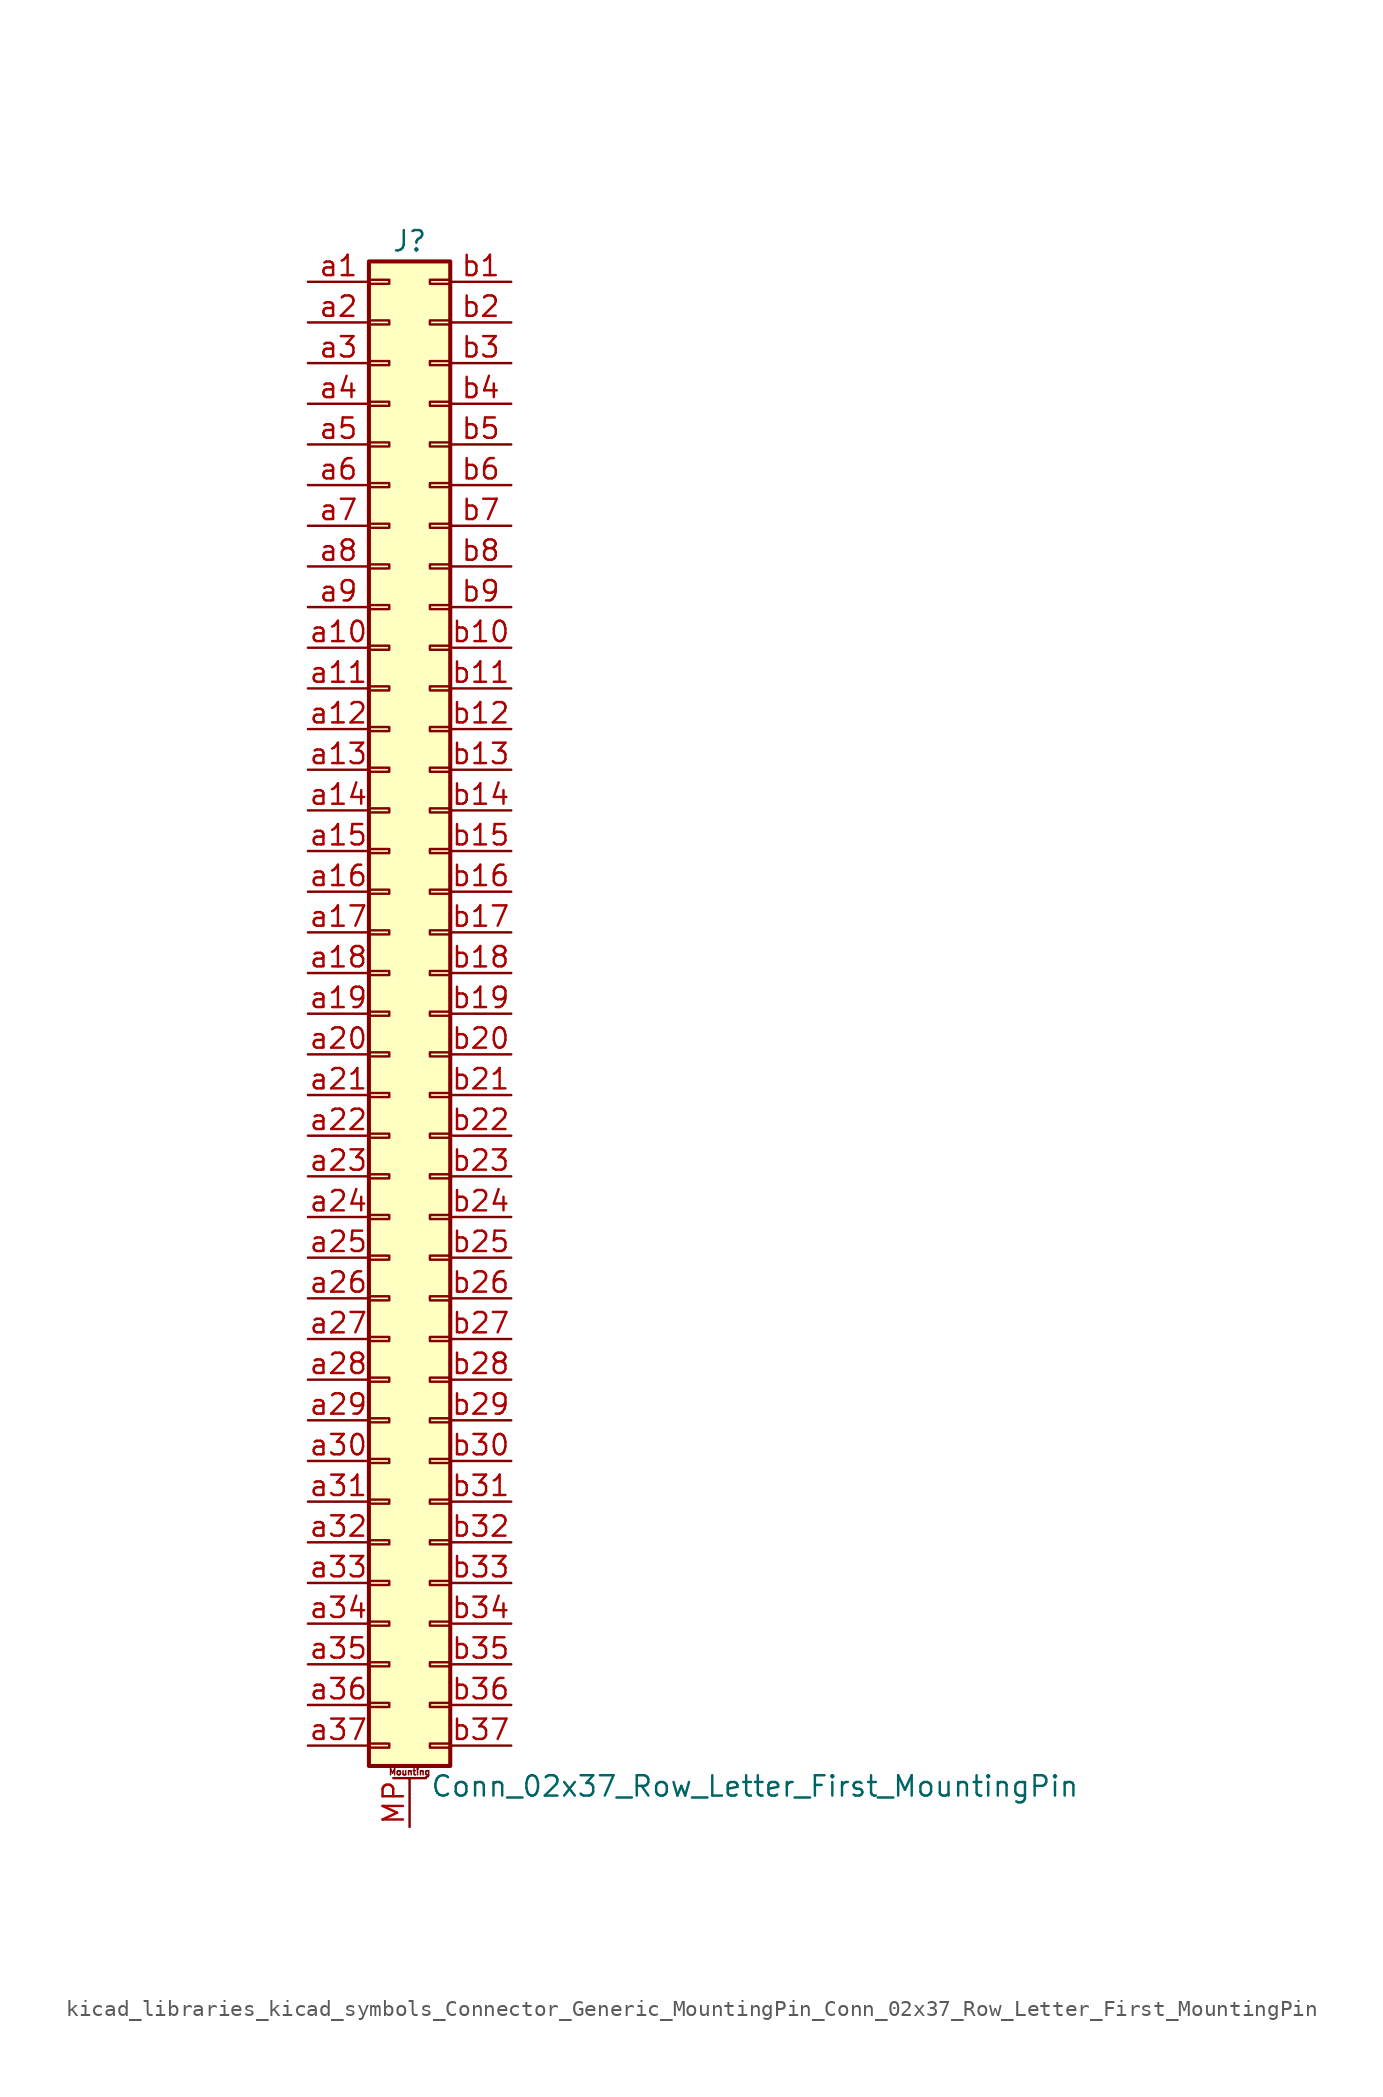
<source format=kicad_sym>
(kicad_symbol_lib
  (version 20220914)
  (generator kicad_symbol_editor)
  (symbol "kicad_libraries_kicad_symbols_Connector_Generic_MountingPin_Conn_02x37_Row_Letter_First_MountingPin"
    (pin_names
      (offset 1.016) hide)
    (property "Reference" "J"
      (at 1.27 48.26 0)
      (effects (font (size 1.27 1.27))))
    (property "Value" "Conn_02x37_Row_Letter_First_MountingPin"
      (at 2.54 -48.26 0)
      (effects (font (size 1.27 1.27)) (justify left)))
    (symbol "kicad_libraries_kicad_symbols_Connector_Generic_MountingPin_Conn_02x37_Row_Letter_First_MountingPin_1_1"
      (rectangle (start -1.27 -45.593) (end 0 -45.847) (stroke (width 0.152) (type default)) (fill (type none)))
      (rectangle (start -1.27 -43.053) (end 0 -43.307) (stroke (width 0.152) (type default)) (fill (type none)))
      (rectangle (start -1.27 -40.513) (end 0 -40.767) (stroke (width 0.152) (type default)) (fill (type none)))
      (rectangle (start -1.27 -37.973) (end 0 -38.227) (stroke (width 0.152) (type default)) (fill (type none)))
      (rectangle (start -1.27 -35.433) (end 0 -35.687) (stroke (width 0.152) (type default)) (fill (type none)))
      (rectangle (start -1.27 -32.893) (end 0 -33.147) (stroke (width 0.152) (type default)) (fill (type none)))
      (rectangle (start -1.27 -30.353) (end 0 -30.607) (stroke (width 0.152) (type default)) (fill (type none)))
      (rectangle (start -1.27 -27.813) (end 0 -28.067) (stroke (width 0.152) (type default)) (fill (type none)))
      (rectangle (start -1.27 -25.273) (end 0 -25.527) (stroke (width 0.152) (type default)) (fill (type none)))
      (rectangle (start -1.27 -22.733) (end 0 -22.987) (stroke (width 0.152) (type default)) (fill (type none)))
      (rectangle (start -1.27 -20.193) (end 0 -20.447) (stroke (width 0.152) (type default)) (fill (type none)))
      (rectangle (start -1.27 -17.653) (end 0 -17.907) (stroke (width 0.152) (type default)) (fill (type none)))
      (rectangle (start -1.27 -15.113) (end 0 -15.367) (stroke (width 0.152) (type default)) (fill (type none)))
      (rectangle (start -1.27 -12.573) (end 0 -12.827) (stroke (width 0.152) (type default)) (fill (type none)))
      (rectangle (start -1.27 -10.033) (end 0 -10.287) (stroke (width 0.152) (type default)) (fill (type none)))
      (rectangle (start -1.27 -7.493) (end 0 -7.747) (stroke (width 0.152) (type default)) (fill (type none)))
      (rectangle (start -1.27 -4.953) (end 0 -5.207) (stroke (width 0.152) (type default)) (fill (type none)))
      (rectangle (start -1.27 -2.413) (end 0 -2.667) (stroke (width 0.152) (type default)) (fill (type none)))
      (rectangle (start -1.27 0.127) (end 0 -0.127) (stroke (width 0.152) (type default)) (fill (type none)))
      (rectangle (start -1.27 2.667) (end 0 2.413) (stroke (width 0.152) (type default)) (fill (type none)))
      (rectangle (start -1.27 5.207) (end 0 4.953) (stroke (width 0.152) (type default)) (fill (type none)))
      (rectangle (start -1.27 7.747) (end 0 7.493) (stroke (width 0.152) (type default)) (fill (type none)))
      (rectangle (start -1.27 10.287) (end 0 10.033) (stroke (width 0.152) (type default)) (fill (type none)))
      (rectangle (start -1.27 12.827) (end 0 12.573) (stroke (width 0.152) (type default)) (fill (type none)))
      (rectangle (start -1.27 15.367) (end 0 15.113) (stroke (width 0.152) (type default)) (fill (type none)))
      (rectangle (start -1.27 17.907) (end 0 17.653) (stroke (width 0.152) (type default)) (fill (type none)))
      (rectangle (start -1.27 20.447) (end 0 20.193) (stroke (width 0.152) (type default)) (fill (type none)))
      (rectangle (start -1.27 22.987) (end 0 22.733) (stroke (width 0.152) (type default)) (fill (type none)))
      (rectangle (start -1.27 25.527) (end 0 25.273) (stroke (width 0.152) (type default)) (fill (type none)))
      (rectangle (start -1.27 28.067) (end 0 27.813) (stroke (width 0.152) (type default)) (fill (type none)))
      (rectangle (start -1.27 30.607) (end 0 30.353) (stroke (width 0.152) (type default)) (fill (type none)))
      (rectangle (start -1.27 33.147) (end 0 32.893) (stroke (width 0.152) (type default)) (fill (type none)))
      (rectangle (start -1.27 35.687) (end 0 35.433) (stroke (width 0.152) (type default)) (fill (type none)))
      (rectangle (start -1.27 38.227) (end 0 37.973) (stroke (width 0.152) (type default)) (fill (type none)))
      (rectangle (start -1.27 40.767) (end 0 40.513) (stroke (width 0.152) (type default)) (fill (type none)))
      (rectangle (start -1.27 43.307) (end 0 43.053) (stroke (width 0.152) (type default)) (fill (type none)))
      (rectangle (start -1.27 45.847) (end 0 45.593) (stroke (width 0.152) (type default)) (fill (type none)))
      (rectangle (start -1.27 46.99) (end 3.81 -46.99) (stroke (width 0.254) (type default)) (fill (type background)))
      (polyline (pts (xy 0.254 -47.752) (xy 2.286 -47.752)) (stroke (width 0.152) (type default)) (fill (type none)))
      (rectangle (start 3.81 -45.593) (end 2.54 -45.847) (stroke (width 0.152) (type default)) (fill (type none)))
      (rectangle (start 3.81 -43.053) (end 2.54 -43.307) (stroke (width 0.152) (type default)) (fill (type none)))
      (rectangle (start 3.81 -40.513) (end 2.54 -40.767) (stroke (width 0.152) (type default)) (fill (type none)))
      (rectangle (start 3.81 -37.973) (end 2.54 -38.227) (stroke (width 0.152) (type default)) (fill (type none)))
      (rectangle (start 3.81 -35.433) (end 2.54 -35.687) (stroke (width 0.152) (type default)) (fill (type none)))
      (rectangle (start 3.81 -32.893) (end 2.54 -33.147) (stroke (width 0.152) (type default)) (fill (type none)))
      (rectangle (start 3.81 -30.353) (end 2.54 -30.607) (stroke (width 0.152) (type default)) (fill (type none)))
      (rectangle (start 3.81 -27.813) (end 2.54 -28.067) (stroke (width 0.152) (type default)) (fill (type none)))
      (rectangle (start 3.81 -25.273) (end 2.54 -25.527) (stroke (width 0.152) (type default)) (fill (type none)))
      (rectangle (start 3.81 -22.733) (end 2.54 -22.987) (stroke (width 0.152) (type default)) (fill (type none)))
      (rectangle (start 3.81 -20.193) (end 2.54 -20.447) (stroke (width 0.152) (type default)) (fill (type none)))
      (rectangle (start 3.81 -17.653) (end 2.54 -17.907) (stroke (width 0.152) (type default)) (fill (type none)))
      (rectangle (start 3.81 -15.113) (end 2.54 -15.367) (stroke (width 0.152) (type default)) (fill (type none)))
      (rectangle (start 3.81 -12.573) (end 2.54 -12.827) (stroke (width 0.152) (type default)) (fill (type none)))
      (rectangle (start 3.81 -10.033) (end 2.54 -10.287) (stroke (width 0.152) (type default)) (fill (type none)))
      (rectangle (start 3.81 -7.493) (end 2.54 -7.747) (stroke (width 0.152) (type default)) (fill (type none)))
      (rectangle (start 3.81 -4.953) (end 2.54 -5.207) (stroke (width 0.152) (type default)) (fill (type none)))
      (rectangle (start 3.81 -2.413) (end 2.54 -2.667) (stroke (width 0.152) (type default)) (fill (type none)))
      (rectangle (start 3.81 0.127) (end 2.54 -0.127) (stroke (width 0.152) (type default)) (fill (type none)))
      (rectangle (start 3.81 2.667) (end 2.54 2.413) (stroke (width 0.152) (type default)) (fill (type none)))
      (rectangle (start 3.81 5.207) (end 2.54 4.953) (stroke (width 0.152) (type default)) (fill (type none)))
      (rectangle (start 3.81 7.747) (end 2.54 7.493) (stroke (width 0.152) (type default)) (fill (type none)))
      (rectangle (start 3.81 10.287) (end 2.54 10.033) (stroke (width 0.152) (type default)) (fill (type none)))
      (rectangle (start 3.81 12.827) (end 2.54 12.573) (stroke (width 0.152) (type default)) (fill (type none)))
      (rectangle (start 3.81 15.367) (end 2.54 15.113) (stroke (width 0.152) (type default)) (fill (type none)))
      (rectangle (start 3.81 17.907) (end 2.54 17.653) (stroke (width 0.152) (type default)) (fill (type none)))
      (rectangle (start 3.81 20.447) (end 2.54 20.193) (stroke (width 0.152) (type default)) (fill (type none)))
      (rectangle (start 3.81 22.987) (end 2.54 22.733) (stroke (width 0.152) (type default)) (fill (type none)))
      (rectangle (start 3.81 25.527) (end 2.54 25.273) (stroke (width 0.152) (type default)) (fill (type none)))
      (rectangle (start 3.81 28.067) (end 2.54 27.813) (stroke (width 0.152) (type default)) (fill (type none)))
      (rectangle (start 3.81 30.607) (end 2.54 30.353) (stroke (width 0.152) (type default)) (fill (type none)))
      (rectangle (start 3.81 33.147) (end 2.54 32.893) (stroke (width 0.152) (type default)) (fill (type none)))
      (rectangle (start 3.81 35.687) (end 2.54 35.433) (stroke (width 0.152) (type default)) (fill (type none)))
      (rectangle (start 3.81 38.227) (end 2.54 37.973) (stroke (width 0.152) (type default)) (fill (type none)))
      (rectangle (start 3.81 40.767) (end 2.54 40.513) (stroke (width 0.152) (type default)) (fill (type none)))
      (rectangle (start 3.81 43.307) (end 2.54 43.053) (stroke (width 0.152) (type default)) (fill (type none)))
      (rectangle (start 3.81 45.847) (end 2.54 45.593) (stroke (width 0.152) (type default)) (fill (type none)))
      (text "Mounting" (at 1.27 -47.371 0) (effects (font (size 0.381 0.381))))
      (pin passive line (at 1.27 -50.8 90) (length 3.048) (name "MountPin" (effects (font (size 1.27 1.27)))) (number "MP" (effects (font (size 1.27 1.27)))))
      (pin passive line (at -5.08 45.72 0) (length 3.81) (name "Pin_a1" (effects (font (size 1.27 1.27)))) (number "a1" (effects (font (size 1.27 1.27)))))
      (pin passive line (at -5.08 22.86 0) (length 3.81) (name "Pin_a10" (effects (font (size 1.27 1.27)))) (number "a10" (effects (font (size 1.27 1.27)))))
      (pin passive line (at -5.08 20.32 0) (length 3.81) (name "Pin_a11" (effects (font (size 1.27 1.27)))) (number "a11" (effects (font (size 1.27 1.27)))))
      (pin passive line (at -5.08 17.78 0) (length 3.81) (name "Pin_a12" (effects (font (size 1.27 1.27)))) (number "a12" (effects (font (size 1.27 1.27)))))
      (pin passive line (at -5.08 15.24 0) (length 3.81) (name "Pin_a13" (effects (font (size 1.27 1.27)))) (number "a13" (effects (font (size 1.27 1.27)))))
      (pin passive line (at -5.08 12.7 0) (length 3.81) (name "Pin_a14" (effects (font (size 1.27 1.27)))) (number "a14" (effects (font (size 1.27 1.27)))))
      (pin passive line (at -5.08 10.16 0) (length 3.81) (name "Pin_a15" (effects (font (size 1.27 1.27)))) (number "a15" (effects (font (size 1.27 1.27)))))
      (pin passive line (at -5.08 7.62 0) (length 3.81) (name "Pin_a16" (effects (font (size 1.27 1.27)))) (number "a16" (effects (font (size 1.27 1.27)))))
      (pin passive line (at -5.08 5.08 0) (length 3.81) (name "Pin_a17" (effects (font (size 1.27 1.27)))) (number "a17" (effects (font (size 1.27 1.27)))))
      (pin passive line (at -5.08 2.54 0) (length 3.81) (name "Pin_a18" (effects (font (size 1.27 1.27)))) (number "a18" (effects (font (size 1.27 1.27)))))
      (pin passive line (at -5.08 0 0) (length 3.81) (name "Pin_a19" (effects (font (size 1.27 1.27)))) (number "a19" (effects (font (size 1.27 1.27)))))
      (pin passive line (at -5.08 43.18 0) (length 3.81) (name "Pin_a2" (effects (font (size 1.27 1.27)))) (number "a2" (effects (font (size 1.27 1.27)))))
      (pin passive line (at -5.08 -2.54 0) (length 3.81) (name "Pin_a20" (effects (font (size 1.27 1.27)))) (number "a20" (effects (font (size 1.27 1.27)))))
      (pin passive line (at -5.08 -5.08 0) (length 3.81) (name "Pin_a21" (effects (font (size 1.27 1.27)))) (number "a21" (effects (font (size 1.27 1.27)))))
      (pin passive line (at -5.08 -7.62 0) (length 3.81) (name "Pin_a22" (effects (font (size 1.27 1.27)))) (number "a22" (effects (font (size 1.27 1.27)))))
      (pin passive line (at -5.08 -10.16 0) (length 3.81) (name "Pin_a23" (effects (font (size 1.27 1.27)))) (number "a23" (effects (font (size 1.27 1.27)))))
      (pin passive line (at -5.08 -12.7 0) (length 3.81) (name "Pin_a24" (effects (font (size 1.27 1.27)))) (number "a24" (effects (font (size 1.27 1.27)))))
      (pin passive line (at -5.08 -15.24 0) (length 3.81) (name "Pin_a25" (effects (font (size 1.27 1.27)))) (number "a25" (effects (font (size 1.27 1.27)))))
      (pin passive line (at -5.08 -17.78 0) (length 3.81) (name "Pin_a26" (effects (font (size 1.27 1.27)))) (number "a26" (effects (font (size 1.27 1.27)))))
      (pin passive line (at -5.08 -20.32 0) (length 3.81) (name "Pin_a27" (effects (font (size 1.27 1.27)))) (number "a27" (effects (font (size 1.27 1.27)))))
      (pin passive line (at -5.08 -22.86 0) (length 3.81) (name "Pin_a28" (effects (font (size 1.27 1.27)))) (number "a28" (effects (font (size 1.27 1.27)))))
      (pin passive line (at -5.08 -25.4 0) (length 3.81) (name "Pin_a29" (effects (font (size 1.27 1.27)))) (number "a29" (effects (font (size 1.27 1.27)))))
      (pin passive line (at -5.08 40.64 0) (length 3.81) (name "Pin_a3" (effects (font (size 1.27 1.27)))) (number "a3" (effects (font (size 1.27 1.27)))))
      (pin passive line (at -5.08 -27.94 0) (length 3.81) (name "Pin_a30" (effects (font (size 1.27 1.27)))) (number "a30" (effects (font (size 1.27 1.27)))))
      (pin passive line (at -5.08 -30.48 0) (length 3.81) (name "Pin_a31" (effects (font (size 1.27 1.27)))) (number "a31" (effects (font (size 1.27 1.27)))))
      (pin passive line (at -5.08 -33.02 0) (length 3.81) (name "Pin_a32" (effects (font (size 1.27 1.27)))) (number "a32" (effects (font (size 1.27 1.27)))))
      (pin passive line (at -5.08 -35.56 0) (length 3.81) (name "Pin_a33" (effects (font (size 1.27 1.27)))) (number "a33" (effects (font (size 1.27 1.27)))))
      (pin passive line (at -5.08 -38.1 0) (length 3.81) (name "Pin_a34" (effects (font (size 1.27 1.27)))) (number "a34" (effects (font (size 1.27 1.27)))))
      (pin passive line (at -5.08 -40.64 0) (length 3.81) (name "Pin_a35" (effects (font (size 1.27 1.27)))) (number "a35" (effects (font (size 1.27 1.27)))))
      (pin passive line (at -5.08 -43.18 0) (length 3.81) (name "Pin_a36" (effects (font (size 1.27 1.27)))) (number "a36" (effects (font (size 1.27 1.27)))))
      (pin passive line (at -5.08 -45.72 0) (length 3.81) (name "Pin_a37" (effects (font (size 1.27 1.27)))) (number "a37" (effects (font (size 1.27 1.27)))))
      (pin passive line (at -5.08 38.1 0) (length 3.81) (name "Pin_a4" (effects (font (size 1.27 1.27)))) (number "a4" (effects (font (size 1.27 1.27)))))
      (pin passive line (at -5.08 35.56 0) (length 3.81) (name "Pin_a5" (effects (font (size 1.27 1.27)))) (number "a5" (effects (font (size 1.27 1.27)))))
      (pin passive line (at -5.08 33.02 0) (length 3.81) (name "Pin_a6" (effects (font (size 1.27 1.27)))) (number "a6" (effects (font (size 1.27 1.27)))))
      (pin passive line (at -5.08 30.48 0) (length 3.81) (name "Pin_a7" (effects (font (size 1.27 1.27)))) (number "a7" (effects (font (size 1.27 1.27)))))
      (pin passive line (at -5.08 27.94 0) (length 3.81) (name "Pin_a8" (effects (font (size 1.27 1.27)))) (number "a8" (effects (font (size 1.27 1.27)))))
      (pin passive line (at -5.08 25.4 0) (length 3.81) (name "Pin_a9" (effects (font (size 1.27 1.27)))) (number "a9" (effects (font (size 1.27 1.27)))))
      (pin passive line (at 7.62 45.72 180) (length 3.81) (name "Pin_b1" (effects (font (size 1.27 1.27)))) (number "b1" (effects (font (size 1.27 1.27)))))
      (pin passive line (at 7.62 22.86 180) (length 3.81) (name "Pin_b10" (effects (font (size 1.27 1.27)))) (number "b10" (effects (font (size 1.27 1.27)))))
      (pin passive line (at 7.62 20.32 180) (length 3.81) (name "Pin_b11" (effects (font (size 1.27 1.27)))) (number "b11" (effects (font (size 1.27 1.27)))))
      (pin passive line (at 7.62 17.78 180) (length 3.81) (name "Pin_b12" (effects (font (size 1.27 1.27)))) (number "b12" (effects (font (size 1.27 1.27)))))
      (pin passive line (at 7.62 15.24 180) (length 3.81) (name "Pin_b13" (effects (font (size 1.27 1.27)))) (number "b13" (effects (font (size 1.27 1.27)))))
      (pin passive line (at 7.62 12.7 180) (length 3.81) (name "Pin_b14" (effects (font (size 1.27 1.27)))) (number "b14" (effects (font (size 1.27 1.27)))))
      (pin passive line (at 7.62 10.16 180) (length 3.81) (name "Pin_b15" (effects (font (size 1.27 1.27)))) (number "b15" (effects (font (size 1.27 1.27)))))
      (pin passive line (at 7.62 7.62 180) (length 3.81) (name "Pin_b16" (effects (font (size 1.27 1.27)))) (number "b16" (effects (font (size 1.27 1.27)))))
      (pin passive line (at 7.62 5.08 180) (length 3.81) (name "Pin_b17" (effects (font (size 1.27 1.27)))) (number "b17" (effects (font (size 1.27 1.27)))))
      (pin passive line (at 7.62 2.54 180) (length 3.81) (name "Pin_b18" (effects (font (size 1.27 1.27)))) (number "b18" (effects (font (size 1.27 1.27)))))
      (pin passive line (at 7.62 0 180) (length 3.81) (name "Pin_b19" (effects (font (size 1.27 1.27)))) (number "b19" (effects (font (size 1.27 1.27)))))
      (pin passive line (at 7.62 43.18 180) (length 3.81) (name "Pin_b2" (effects (font (size 1.27 1.27)))) (number "b2" (effects (font (size 1.27 1.27)))))
      (pin passive line (at 7.62 -2.54 180) (length 3.81) (name "Pin_b20" (effects (font (size 1.27 1.27)))) (number "b20" (effects (font (size 1.27 1.27)))))
      (pin passive line (at 7.62 -5.08 180) (length 3.81) (name "Pin_b21" (effects (font (size 1.27 1.27)))) (number "b21" (effects (font (size 1.27 1.27)))))
      (pin passive line (at 7.62 -7.62 180) (length 3.81) (name "Pin_b22" (effects (font (size 1.27 1.27)))) (number "b22" (effects (font (size 1.27 1.27)))))
      (pin passive line (at 7.62 -10.16 180) (length 3.81) (name "Pin_b23" (effects (font (size 1.27 1.27)))) (number "b23" (effects (font (size 1.27 1.27)))))
      (pin passive line (at 7.62 -12.7 180) (length 3.81) (name "Pin_b24" (effects (font (size 1.27 1.27)))) (number "b24" (effects (font (size 1.27 1.27)))))
      (pin passive line (at 7.62 -15.24 180) (length 3.81) (name "Pin_b25" (effects (font (size 1.27 1.27)))) (number "b25" (effects (font (size 1.27 1.27)))))
      (pin passive line (at 7.62 -17.78 180) (length 3.81) (name "Pin_b26" (effects (font (size 1.27 1.27)))) (number "b26" (effects (font (size 1.27 1.27)))))
      (pin passive line (at 7.62 -20.32 180) (length 3.81) (name "Pin_b27" (effects (font (size 1.27 1.27)))) (number "b27" (effects (font (size 1.27 1.27)))))
      (pin passive line (at 7.62 -22.86 180) (length 3.81) (name "Pin_b28" (effects (font (size 1.27 1.27)))) (number "b28" (effects (font (size 1.27 1.27)))))
      (pin passive line (at 7.62 -25.4 180) (length 3.81) (name "Pin_b29" (effects (font (size 1.27 1.27)))) (number "b29" (effects (font (size 1.27 1.27)))))
      (pin passive line (at 7.62 40.64 180) (length 3.81) (name "Pin_b3" (effects (font (size 1.27 1.27)))) (number "b3" (effects (font (size 1.27 1.27)))))
      (pin passive line (at 7.62 -27.94 180) (length 3.81) (name "Pin_b30" (effects (font (size 1.27 1.27)))) (number "b30" (effects (font (size 1.27 1.27)))))
      (pin passive line (at 7.62 -30.48 180) (length 3.81) (name "Pin_b31" (effects (font (size 1.27 1.27)))) (number "b31" (effects (font (size 1.27 1.27)))))
      (pin passive line (at 7.62 -33.02 180) (length 3.81) (name "Pin_b32" (effects (font (size 1.27 1.27)))) (number "b32" (effects (font (size 1.27 1.27)))))
      (pin passive line (at 7.62 -35.56 180) (length 3.81) (name "Pin_b33" (effects (font (size 1.27 1.27)))) (number "b33" (effects (font (size 1.27 1.27)))))
      (pin passive line (at 7.62 -38.1 180) (length 3.81) (name "Pin_b34" (effects (font (size 1.27 1.27)))) (number "b34" (effects (font (size 1.27 1.27)))))
      (pin passive line (at 7.62 -40.64 180) (length 3.81) (name "Pin_b35" (effects (font (size 1.27 1.27)))) (number "b35" (effects (font (size 1.27 1.27)))))
      (pin passive line (at 7.62 -43.18 180) (length 3.81) (name "Pin_b36" (effects (font (size 1.27 1.27)))) (number "b36" (effects (font (size 1.27 1.27)))))
      (pin passive line (at 7.62 -45.72 180) (length 3.81) (name "Pin_b37" (effects (font (size 1.27 1.27)))) (number "b37" (effects (font (size 1.27 1.27)))))
      (pin passive line (at 7.62 38.1 180) (length 3.81) (name "Pin_b4" (effects (font (size 1.27 1.27)))) (number "b4" (effects (font (size 1.27 1.27)))))
      (pin passive line (at 7.62 35.56 180) (length 3.81) (name "Pin_b5" (effects (font (size 1.27 1.27)))) (number "b5" (effects (font (size 1.27 1.27)))))
      (pin passive line (at 7.62 33.02 180) (length 3.81) (name "Pin_b6" (effects (font (size 1.27 1.27)))) (number "b6" (effects (font (size 1.27 1.27)))))
      (pin passive line (at 7.62 30.48 180) (length 3.81) (name "Pin_b7" (effects (font (size 1.27 1.27)))) (number "b7" (effects (font (size 1.27 1.27)))))
      (pin passive line (at 7.62 27.94 180) (length 3.81) (name "Pin_b8" (effects (font (size 1.27 1.27)))) (number "b8" (effects (font (size 1.27 1.27)))))
      (pin passive line (at 7.62 25.4 180) (length 3.81) (name "Pin_b9" (effects (font (size 1.27 1.27)))) (number "b9" (effects (font (size 1.27 1.27))))))))
</source>
